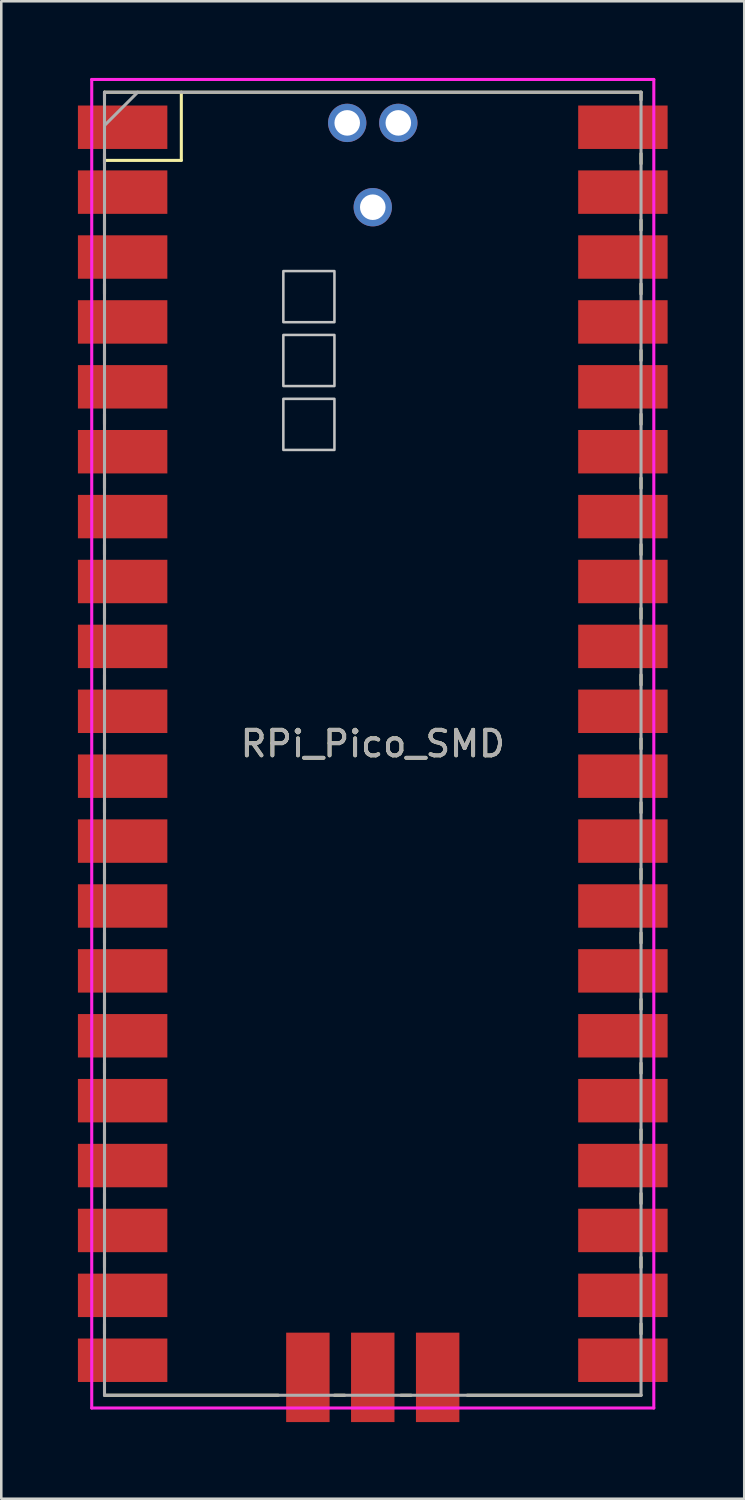
<source format=kicad_pcb>
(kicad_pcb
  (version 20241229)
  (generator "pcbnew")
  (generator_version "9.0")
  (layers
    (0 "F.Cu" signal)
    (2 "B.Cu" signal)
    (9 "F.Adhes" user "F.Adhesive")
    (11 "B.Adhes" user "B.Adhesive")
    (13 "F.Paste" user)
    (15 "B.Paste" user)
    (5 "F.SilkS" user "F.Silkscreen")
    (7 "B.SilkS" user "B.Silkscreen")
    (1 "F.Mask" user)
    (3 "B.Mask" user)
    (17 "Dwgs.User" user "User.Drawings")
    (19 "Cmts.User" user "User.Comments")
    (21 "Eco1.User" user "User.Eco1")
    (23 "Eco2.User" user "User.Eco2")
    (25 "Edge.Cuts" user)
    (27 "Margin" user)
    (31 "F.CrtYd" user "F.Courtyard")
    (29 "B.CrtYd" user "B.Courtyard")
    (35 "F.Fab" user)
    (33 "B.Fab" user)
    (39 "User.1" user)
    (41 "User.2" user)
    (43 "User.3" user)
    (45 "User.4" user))
  (footprint "RPi_Pico_SMD"
    (layer "F.Cu")
    (at 11.54 26.06)
    (property "Reference" "RPi_Pico_SMD" (at 0 0 0) (layer "F.SilkS") (effects (font (size 1 1) (thickness 0.15))))
    (attr through_hole)
    (fp_line (start -10.5 -25.5) (end -10.5 -25.2) (stroke (width 0.12) (type solid)) (layer "F.SilkS"))
    (fp_line (start -10.5 -25.5) (end 10.5 -25.5) (stroke (width 0.12) (type solid)) (layer "F.SilkS"))
    (fp_line (start -10.5 -23.1) (end -10.5 -22.7) (stroke (width 0.12) (type solid)) (layer "F.SilkS"))
    (fp_line (start -10.5 -22.833) (end -7.493 -22.833) (stroke (width 0.12) (type solid)) (layer "F.SilkS"))
    (fp_line (start -10.5 -20.5) (end -10.5 -20.1) (stroke (width 0.12) (type solid)) (layer "F.SilkS"))
    (fp_line (start -10.5 -18) (end -10.5 -17.6) (stroke (width 0.12) (type solid)) (layer "F.SilkS"))
    (fp_line (start -10.5 -15.4) (end -10.5 -15) (stroke (width 0.12) (type solid)) (layer "F.SilkS"))
    (fp_line (start -10.5 -12.9) (end -10.5 -12.5) (stroke (width 0.12) (type solid)) (layer "F.SilkS"))
    (fp_line (start -10.5 -10.4) (end -10.5 -10) (stroke (width 0.12) (type solid)) (layer "F.SilkS"))
    (fp_line (start -10.5 -7.8) (end -10.5 -7.4) (stroke (width 0.12) (type solid)) (layer "F.SilkS"))
    (fp_line (start -10.5 -5.3) (end -10.5 -4.9) (stroke (width 0.12) (type solid)) (layer "F.SilkS"))
    (fp_line (start -10.5 -2.7) (end -10.5 -2.3) (stroke (width 0.12) (type solid)) (layer "F.SilkS"))
    (fp_line (start -10.5 -0.2) (end -10.5 0.2) (stroke (width 0.12) (type solid)) (layer "F.SilkS"))
    (fp_line (start -10.5 2.3) (end -10.5 2.7) (stroke (width 0.12) (type solid)) (layer "F.SilkS"))
    (fp_line (start -10.5 4.9) (end -10.5 5.3) (stroke (width 0.12) (type solid)) (layer "F.SilkS"))
    (fp_line (start -10.5 7.4) (end -10.5 7.8) (stroke (width 0.12) (type solid)) (layer "F.SilkS"))
    (fp_line (start -10.5 10) (end -10.5 10.4) (stroke (width 0.12) (type solid)) (layer "F.SilkS"))
    (fp_line (start -10.5 12.5) (end -10.5 12.9) (stroke (width 0.12) (type solid)) (layer "F.SilkS"))
    (fp_line (start -10.5 15.1) (end -10.5 15.5) (stroke (width 0.12) (type solid)) (layer "F.SilkS"))
    (fp_line (start -10.5 17.6) (end -10.5 18) (stroke (width 0.12) (type solid)) (layer "F.SilkS"))
    (fp_line (start -10.5 20.1) (end -10.5 20.5) (stroke (width 0.12) (type solid)) (layer "F.SilkS"))
    (fp_line (start -10.5 22.7) (end -10.5 23.1) (stroke (width 0.12) (type solid)) (layer "F.SilkS"))
    (fp_line (start -7.493 -22.833) (end -7.493 -25.5) (stroke (width 0.12) (type solid)) (layer "F.SilkS"))
    (fp_line (start -3.7 25.5) (end -10.5 25.5) (stroke (width 0.12) (type solid)) (layer "F.SilkS"))
    (fp_line (start -1.5 25.5) (end -1.1 25.5) (stroke (width 0.12) (type solid)) (layer "F.SilkS"))
    (fp_line (start 1.1 25.5) (end 1.5 25.5) (stroke (width 0.12) (type solid)) (layer "F.SilkS"))
    (fp_line (start 10.5 -25.5) (end 10.5 -25.2) (stroke (width 0.12) (type solid)) (layer "F.SilkS"))
    (fp_line (start 10.5 -23.1) (end 10.5 -22.7) (stroke (width 0.12) (type solid)) (layer "F.SilkS"))
    (fp_line (start 10.5 -20.5) (end 10.5 -20.1) (stroke (width 0.12) (type solid)) (layer "F.SilkS"))
    (fp_line (start 10.5 -18) (end 10.5 -17.6) (stroke (width 0.12) (type solid)) (layer "F.SilkS"))
    (fp_line (start 10.5 -15.4) (end 10.5 -15) (stroke (width 0.12) (type solid)) (layer "F.SilkS"))
    (fp_line (start 10.5 -12.9) (end 10.5 -12.5) (stroke (width 0.12) (type solid)) (layer "F.SilkS"))
    (fp_line (start 10.5 -10.4) (end 10.5 -10) (stroke (width 0.12) (type solid)) (layer "F.SilkS"))
    (fp_line (start 10.5 -7.8) (end 10.5 -7.4) (stroke (width 0.12) (type solid)) (layer "F.SilkS"))
    (fp_line (start 10.5 -5.3) (end 10.5 -4.9) (stroke (width 0.12) (type solid)) (layer "F.SilkS"))
    (fp_line (start 10.5 -2.7) (end 10.5 -2.3) (stroke (width 0.12) (type solid)) (layer "F.SilkS"))
    (fp_line (start 10.5 -0.2) (end 10.5 0.2) (stroke (width 0.12) (type solid)) (layer "F.SilkS"))
    (fp_line (start 10.5 2.3) (end 10.5 2.7) (stroke (width 0.12) (type solid)) (layer "F.SilkS"))
    (fp_line (start 10.5 4.9) (end 10.5 5.3) (stroke (width 0.12) (type solid)) (layer "F.SilkS"))
    (fp_line (start 10.5 7.4) (end 10.5 7.8) (stroke (width 0.12) (type solid)) (layer "F.SilkS"))
    (fp_line (start 10.5 10) (end 10.5 10.4) (stroke (width 0.12) (type solid)) (layer "F.SilkS"))
    (fp_line (start 10.5 12.5) (end 10.5 12.9) (stroke (width 0.12) (type solid)) (layer "F.SilkS"))
    (fp_line (start 10.5 15.1) (end 10.5 15.5) (stroke (width 0.12) (type solid)) (layer "F.SilkS"))
    (fp_line (start 10.5 17.6) (end 10.5 18) (stroke (width 0.12) (type solid)) (layer "F.SilkS"))
    (fp_line (start 10.5 20.1) (end 10.5 20.5) (stroke (width 0.12) (type solid)) (layer "F.SilkS"))
    (fp_line (start 10.5 22.7) (end 10.5 23.1) (stroke (width 0.12) (type solid)) (layer "F.SilkS"))
    (fp_line (start 10.5 25.5) (end 3.7 25.5) (stroke (width 0.12) (type solid)) (layer "F.SilkS"))
    (fp_poly (pts (xy -1.5 -16.5) (xy -3.5 -16.5) (xy -3.5 -18.5) (xy -1.5 -18.5)) (stroke (width 0.1) (type solid)) (fill no) (layer "Dwgs.User"))
    (fp_poly (pts (xy -1.5 -14) (xy -3.5 -14) (xy -3.5 -16) (xy -1.5 -16)) (stroke (width 0.1) (type solid)) (fill no) (layer "Dwgs.User"))
    (fp_poly (pts (xy -1.5 -11.5) (xy -3.5 -11.5) (xy -3.5 -13.5) (xy -1.5 -13.5)) (stroke (width 0.1) (type solid)) (fill no) (layer "Dwgs.User"))
    (fp_line (start -11 -26) (end 11 -26) (stroke (width 0.12) (type solid)) (layer "F.CrtYd"))
    (fp_line (start -11 26) (end -11 -26) (stroke (width 0.12) (type solid)) (layer "F.CrtYd"))
    (fp_line (start 11 -26) (end 11 26) (stroke (width 0.12) (type solid)) (layer "F.CrtYd"))
    (fp_line (start 11 26) (end -11 26) (stroke (width 0.12) (type solid)) (layer "F.CrtYd"))
    (fp_line (start -10.5 -25.5) (end 10.5 -25.5) (stroke (width 0.12) (type solid)) (layer "F.Fab"))
    (fp_line (start -10.5 -24.2) (end -9.2 -25.5) (stroke (width 0.12) (type solid)) (layer "F.Fab"))
    (fp_line (start -10.5 25.5) (end -10.5 -25.5) (stroke (width 0.12) (type solid)) (layer "F.Fab"))
    (fp_line (start 10.5 -25.5) (end 10.5 25.5) (stroke (width 0.12) (type solid)) (layer "F.Fab"))
    (fp_line (start 10.5 25.5) (end -10.5 25.5) (stroke (width 0.12) (type solid)) (layer "F.Fab"))
    (fp_text user "${REFERENCE}" (at 0 0 0) (layer "F.Fab") (effects (font (size 1 1) (thickness 0.15))))
    (pad "1" smd rect (at -8.89 -24.13) (size 3.5 1.7) (drill (offset -0.9 0)) (layers "F.Cu" "F.Mask"))
    (pad "2" smd rect (at -8.89 -21.59) (size 3.5 1.7) (drill (offset -0.9 0)) (layers "F.Cu" "F.Mask"))
    (pad "3" smd rect (at -8.89 -19.05) (size 3.5 1.7) (drill (offset -0.9 0)) (layers "F.Cu" "F.Mask"))
    (pad "4" smd rect (at -8.89 -16.51) (size 3.5 1.7) (drill (offset -0.9 0)) (layers "F.Cu" "F.Mask"))
    (pad "5" smd rect (at -8.89 -13.97) (size 3.5 1.7) (drill (offset -0.9 0)) (layers "F.Cu" "F.Mask"))
    (pad "6" smd rect (at -8.89 -11.43) (size 3.5 1.7) (drill (offset -0.9 0)) (layers "F.Cu" "F.Mask"))
    (pad "7" smd rect (at -8.89 -8.89) (size 3.5 1.7) (drill (offset -0.9 0)) (layers "F.Cu" "F.Mask"))
    (pad "8" smd rect (at -8.89 -6.35) (size 3.5 1.7) (drill (offset -0.9 0)) (layers "F.Cu" "F.Mask"))
    (pad "9" smd rect (at -8.89 -3.81) (size 3.5 1.7) (drill (offset -0.9 0)) (layers "F.Cu" "F.Mask"))
    (pad "10" smd rect (at -8.89 -1.27) (size 3.5 1.7) (drill (offset -0.9 0)) (layers "F.Cu" "F.Mask"))
    (pad "11" smd rect (at -8.89 1.27) (size 3.5 1.7) (drill (offset -0.9 0)) (layers "F.Cu" "F.Mask"))
    (pad "12" smd rect (at -8.89 3.81) (size 3.5 1.7) (drill (offset -0.9 0)) (layers "F.Cu" "F.Mask"))
    (pad "13" smd rect (at -8.89 6.35) (size 3.5 1.7) (drill (offset -0.9 0)) (layers "F.Cu" "F.Mask"))
    (pad "14" smd rect (at -8.89 8.89) (size 3.5 1.7) (drill (offset -0.9 0)) (layers "F.Cu" "F.Mask"))
    (pad "15" smd rect (at -8.89 11.43) (size 3.5 1.7) (drill (offset -0.9 0)) (layers "F.Cu" "F.Mask"))
    (pad "16" smd rect (at -8.89 13.97) (size 3.5 1.7) (drill (offset -0.9 0)) (layers "F.Cu" "F.Mask"))
    (pad "17" smd rect (at -8.89 16.51) (size 3.5 1.7) (drill (offset -0.9 0)) (layers "F.Cu" "F.Mask"))
    (pad "18" smd rect (at -8.89 19.05) (size 3.5 1.7) (drill (offset -0.9 0)) (layers "F.Cu" "F.Mask"))
    (pad "19" smd rect (at -8.89 21.59) (size 3.5 1.7) (drill (offset -0.9 0)) (layers "F.Cu" "F.Mask"))
    (pad "20" smd rect (at -8.89 24.13) (size 3.5 1.7) (drill (offset -0.9 0)) (layers "F.Cu" "F.Mask"))
    (pad "21" smd rect (at 8.89 24.13) (size 3.5 1.7) (drill (offset 0.9 0)) (layers "F.Cu" "F.Mask"))
    (pad "22" smd rect (at 8.89 21.59) (size 3.5 1.7) (drill (offset 0.9 0)) (layers "F.Cu" "F.Mask"))
    (pad "23" smd rect (at 8.89 19.05) (size 3.5 1.7) (drill (offset 0.9 0)) (layers "F.Cu" "F.Mask"))
    (pad "24" smd rect (at 8.89 16.51) (size 3.5 1.7) (drill (offset 0.9 0)) (layers "F.Cu" "F.Mask"))
    (pad "25" smd rect (at 8.89 13.97) (size 3.5 1.7) (drill (offset 0.9 0)) (layers "F.Cu" "F.Mask"))
    (pad "26" smd rect (at 8.89 11.43) (size 3.5 1.7) (drill (offset 0.9 0)) (layers "F.Cu" "F.Mask"))
    (pad "27" smd rect (at 8.89 8.89) (size 3.5 1.7) (drill (offset 0.9 0)) (layers "F.Cu" "F.Mask"))
    (pad "28" smd rect (at 8.89 6.35) (size 3.5 1.7) (drill (offset 0.9 0)) (layers "F.Cu" "F.Mask"))
    (pad "29" smd rect (at 8.89 3.81) (size 3.5 1.7) (drill (offset 0.9 0)) (layers "F.Cu" "F.Mask"))
    (pad "30" smd rect (at 8.89 1.27) (size 3.5 1.7) (drill (offset 0.9 0)) (layers "F.Cu" "F.Mask"))
    (pad "31" smd rect (at 8.89 -1.27) (size 3.5 1.7) (drill (offset 0.9 0)) (layers "F.Cu" "F.Mask"))
    (pad "32" smd rect (at 8.89 -3.81) (size 3.5 1.7) (drill (offset 0.9 0)) (layers "F.Cu" "F.Mask"))
    (pad "33" smd rect (at 8.89 -6.35) (size 3.5 1.7) (drill (offset 0.9 0)) (layers "F.Cu" "F.Mask"))
    (pad "34" smd rect (at 8.89 -8.89) (size 3.5 1.7) (drill (offset 0.9 0)) (layers "F.Cu" "F.Mask"))
    (pad "35" smd rect (at 8.89 -11.43) (size 3.5 1.7) (drill (offset 0.9 0)) (layers "F.Cu" "F.Mask"))
    (pad "36" smd rect (at 8.89 -13.97) (size 3.5 1.7) (drill (offset 0.9 0)) (layers "F.Cu" "F.Mask"))
    (pad "37" smd rect (at 8.89 -16.51) (size 3.5 1.7) (drill (offset 0.9 0)) (layers "F.Cu" "F.Mask"))
    (pad "38" smd rect (at 8.89 -19.05) (size 3.5 1.7) (drill (offset 0.9 0)) (layers "F.Cu" "F.Mask"))
    (pad "39" smd rect (at 8.89 -21.59) (size 3.5 1.7) (drill (offset 0.9 0)) (layers "F.Cu" "F.Mask"))
    (pad "40" smd rect (at 8.89 -24.13) (size 3.5 1.7) (drill (offset 0.9 0)) (layers "F.Cu" "F.Mask"))
    (pad "41" smd rect (at -2.54 23.9 90) (size 3.5 1.7) (drill (offset -0.9 0)) (layers "F.Cu" "F.Mask"))
    (pad "42" smd rect (at 0 23.9 90) (size 3.5 1.7) (drill (offset -0.9 0)) (layers "F.Cu" "F.Mask"))
    (pad "43" smd rect (at 2.54 23.9 90) (size 3.5 1.7) (drill (offset -0.9 0)) (layers "F.Cu" "F.Mask"))
    (pad "48" thru_hole circle (at 0 -21) (size 1.5 1.5) (drill 1) (layers "*.Cu" "*.Mask"))
    (pad "49" thru_hole circle (at 1 -24.3) (size 1.5 1.5) (drill 1) (layers "*.Cu" "*.Mask"))
    (pad "50" thru_hole circle (at -1 -24.3) (size 1.5 1.5) (drill 1) (layers "*.Cu" "*.Mask"))
    (zone (net_name "") (layer "F.Cu") (hatch edge 0.5) (connect_pads) (min_thickness 0.25) (filled_areas_thickness no) (keepout (tracks not_allowed) (vias not_allowed) (pads not_allowed) (copperpour not_allowed) (footprints not_allowed)) (placement (enabled no)) (fill) (polygon (pts (xy 7.89 14.71) (xy 10.19 14.71) (xy 10.19 7.41) (xy 7.89 7.41))))
    (zone (net_name "") (layer "F.Cu") (hatch edge 0.5) (connect_pads) (min_thickness 0.25) (filled_areas_thickness no) (keepout (tracks not_allowed) (vias not_allowed) (pads not_allowed) (copperpour not_allowed) (footprints not_allowed)) (placement (enabled no)) (fill) (polygon (pts (xy 8.155 3.06) (xy 9.475 3.06) (xy 9.475 1.06) (xy 8.155 1.06))))
    (zone (net_name "") (layer "F.Cu") (hatch edge 0.5) (connect_pads) (min_thickness 0.25) (filled_areas_thickness no) (keepout (tracks not_allowed) (vias not_allowed) (pads not_allowed) (copperpour not_allowed) (footprints not_allowed)) (placement (enabled no)) (fill) (polygon (pts (xy 8.455 5.915) (xy 9.775 5.915) (xy 9.775 4.265) (xy 8.455 4.265))))
    (zone (net_name "") (layer "F.Cu") (hatch edge 0.5) (connect_pads) (min_thickness 0.25) (filled_areas_thickness no) (keepout (tracks allowed) (vias not_allowed) (pads allowed) (copperpour not_allowed) (footprints not_allowed)) (placement (enabled no)) (fill) (polygon (pts (xy 9.69 2.61) (xy 11.39 2.61) (xy 11.39 0.91) (xy 9.69 0.91))))
    (zone (net_name "") (layer "F.Cu") (hatch edge 0.5) (connect_pads) (min_thickness 0.25) (filled_areas_thickness no) (keepout (tracks allowed) (vias not_allowed) (pads allowed) (copperpour not_allowed) (footprints not_allowed)) (placement (enabled no)) (fill) (polygon (pts (xy 10.69 5.91) (xy 12.39 5.91) (xy 12.39 4.21) (xy 10.69 4.21))))
    (zone (net_name "") (layer "F.Cu") (hatch edge 0.5) (connect_pads) (min_thickness 0.25) (filled_areas_thickness no) (keepout (tracks allowed) (vias not_allowed) (pads allowed) (copperpour not_allowed) (footprints not_allowed)) (placement (enabled no)) (fill) (polygon (pts (xy 11.69 2.61) (xy 13.39 2.61) (xy 13.39 0.91) (xy 11.69 0.91))))
    (zone (net_name "") (layer "F.Cu") (hatch edge 0.5) (connect_pads) (min_thickness 0.25) (filled_areas_thickness no) (keepout (tracks not_allowed) (vias not_allowed) (pads not_allowed) (copperpour not_allowed) (footprints not_allowed)) (placement (enabled no)) (fill) (polygon (pts (xy 13.305 5.915) (xy 14.625 5.915) (xy 14.625 4.265) (xy 13.305 4.265))))
    (zone (net_name "") (layer "F.Cu") (hatch edge 0.5) (connect_pads) (min_thickness 0.25) (filled_areas_thickness no) (keepout (tracks not_allowed) (vias not_allowed) (pads not_allowed) (copperpour not_allowed) (footprints not_allowed)) (placement (enabled no)) (fill) (polygon (pts (xy 13.605 3.06) (xy 14.925 3.06) (xy 14.925 1.06) (xy 13.605 1.06)))))
  (gr_rect
    (start -3 -3)
    (end 26.08 55.61)
    (stroke (width 0.1) (type default))
    (fill no)
    (layer "Edge.Cuts")))
</source>
